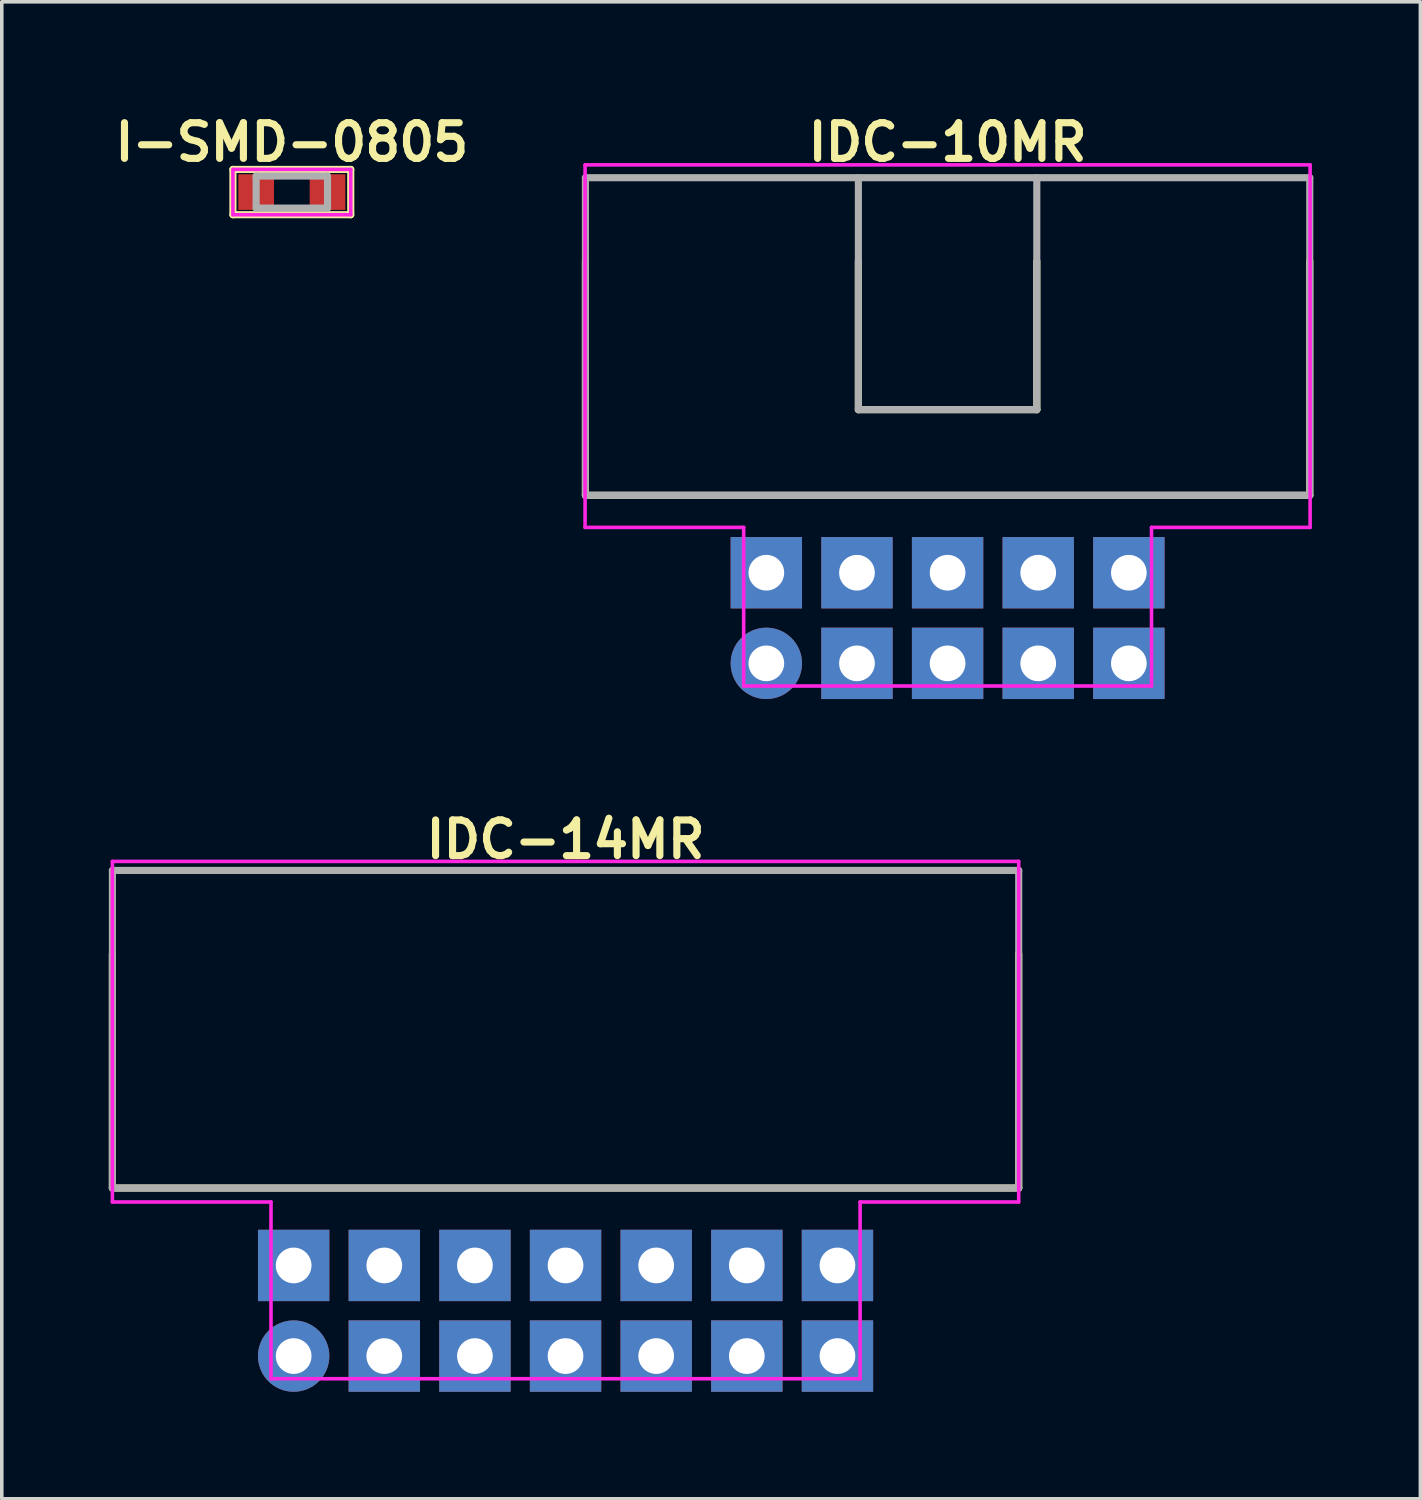
<source format=kicad_pcb>
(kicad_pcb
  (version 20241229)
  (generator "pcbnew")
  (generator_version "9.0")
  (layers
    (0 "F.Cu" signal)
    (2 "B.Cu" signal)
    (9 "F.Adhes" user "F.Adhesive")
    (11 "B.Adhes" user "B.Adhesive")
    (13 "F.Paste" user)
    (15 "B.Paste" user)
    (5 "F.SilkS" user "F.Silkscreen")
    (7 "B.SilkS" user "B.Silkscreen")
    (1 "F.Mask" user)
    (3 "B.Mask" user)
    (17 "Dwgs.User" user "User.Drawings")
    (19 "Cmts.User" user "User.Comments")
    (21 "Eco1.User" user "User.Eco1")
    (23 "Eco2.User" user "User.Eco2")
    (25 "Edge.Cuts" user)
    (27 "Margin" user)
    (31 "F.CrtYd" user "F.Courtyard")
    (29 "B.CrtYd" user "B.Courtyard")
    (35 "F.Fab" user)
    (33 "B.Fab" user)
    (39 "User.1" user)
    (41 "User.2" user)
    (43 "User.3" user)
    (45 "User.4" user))
  (footprint "IDC-10MR"
    (layer "F.Cu")
    (at 23.507 14.271)
    (property "Reference" "IDC-10MR" (at 0 -13.335 0) (layer "F.SilkS") (effects (font (size 1 1) (thickness 0.2))))
    (attr through_hole)
    (fp_line (start -10.15 -10) (end -10.15 -3.44) (stroke (width 0.2) (type solid)) (layer "F.SilkS"))
    (fp_line (start -10.15 -3.44) (end 10.15 -3.44) (stroke (width 0.2) (type solid)) (layer "F.SilkS"))
    (fp_line (start -2.5 -10) (end -2.5 -5.84) (stroke (width 0.2) (type solid)) (layer "F.SilkS"))
    (fp_line (start -2.5 -5.84) (end 2.5 -5.84) (stroke (width 0.2) (type solid)) (layer "F.SilkS"))
    (fp_line (start 2.5 -10) (end 2.5 -5.84) (stroke (width 0.2) (type solid)) (layer "F.SilkS"))
    (fp_line (start 10.15 -10) (end 10.15 -3.44) (stroke (width 0.2) (type solid)) (layer "F.SilkS"))
    (fp_line (start -10.16 -12.7) (end -10.16 -2.54) (stroke (width 0.1) (type solid)) (layer "F.CrtYd"))
    (fp_line (start -10.16 -12.7) (end 10.16 -12.7) (stroke (width 0.1) (type solid)) (layer "F.CrtYd"))
    (fp_line (start -10.16 -2.54) (end -5.715 -2.54) (stroke (width 0.1) (type solid)) (layer "F.CrtYd"))
    (fp_line (start -5.715 -2.54) (end -5.715 1.905) (stroke (width 0.1) (type solid)) (layer "F.CrtYd"))
    (fp_line (start -5.715 1.905) (end 5.715 1.905) (stroke (width 0.1) (type solid)) (layer "F.CrtYd"))
    (fp_line (start 5.715 -2.54) (end 5.715 1.905) (stroke (width 0.1) (type solid)) (layer "F.CrtYd"))
    (fp_line (start 5.715 -2.54) (end 10.16 -2.54) (stroke (width 0.1) (type solid)) (layer "F.CrtYd"))
    (fp_line (start 10.16 -12.7) (end 10.16 -2.54) (stroke (width 0.1) (type solid)) (layer "F.CrtYd"))
    (fp_line (start -10.15 -12.34) (end -10.15 -3.44) (stroke (width 0.2) (type solid)) (layer "F.Fab"))
    (fp_line (start -10.15 -12.34) (end 10.15 -12.34) (stroke (width 0.2) (type solid)) (layer "F.Fab"))
    (fp_line (start -10.15 -3.44) (end 10.15 -3.44) (stroke (width 0.2) (type solid)) (layer "F.Fab"))
    (fp_line (start -2.5 -12.34) (end -2.5 -5.84) (stroke (width 0.2) (type solid)) (layer "F.Fab"))
    (fp_line (start -2.5 -5.84) (end 2.5 -5.84) (stroke (width 0.2) (type solid)) (layer "F.Fab"))
    (fp_line (start 2.5 -12.34) (end 2.5 -5.84) (stroke (width 0.2) (type solid)) (layer "F.Fab"))
    (fp_line (start 10.15 -12.34) (end 10.15 -3.44) (stroke (width 0.2) (type solid)) (layer "F.Fab"))
    (pad "1" thru_hole circle (at -5.08 1.27) (size 2 2) (drill 1) (layers "B.Cu" "B.Mask"))
    (pad "2" thru_hole rect (at -5.08 -1.27) (size 2 2) (drill 1) (layers "B.Cu" "B.Mask"))
    (pad "3" thru_hole rect (at -2.54 1.27) (size 2 2) (drill 1) (layers "B.Cu" "B.Mask"))
    (pad "4" thru_hole rect (at -2.54 -1.27) (size 2 2) (drill 1) (layers "B.Cu" "B.Mask"))
    (pad "5" thru_hole rect (at 0 1.27) (size 2 2) (drill 1) (layers "B.Cu" "B.Mask"))
    (pad "6" thru_hole rect (at 0 -1.27) (size 2 2) (drill 1) (layers "B.Cu" "B.Mask"))
    (pad "7" thru_hole rect (at 2.54 1.27) (size 2 2) (drill 1) (layers "B.Cu" "B.Mask"))
    (pad "8" thru_hole rect (at 2.54 -1.27) (size 2 2) (drill 1) (layers "B.Cu" "B.Mask"))
    (pad "9" thru_hole rect (at 5.08 1.27) (size 2 2) (drill 1) (layers "B.Cu" "B.Mask"))
    (pad "10" thru_hole rect (at 5.08 -1.27) (size 2 2) (drill 1) (layers "B.Cu" "B.Mask")))
  (footprint "I-SMD-0805"
    (layer "F.Cu")
    (at 5.129 2.333)
    (property "Reference" "I-SMD-0805" (at 0 -1.397 0) (layer "F.SilkS") (effects (font (size 1 1) (thickness 0.2))))
    (attr through_hole)
    (fp_line (start -1.651 -0.635) (end 1.651 -0.635) (stroke (width 0.2) (type solid)) (layer "F.SilkS"))
    (fp_line (start -1.651 0.635) (end -1.651 -0.635) (stroke (width 0.2) (type solid)) (layer "F.SilkS"))
    (fp_line (start -1.651 0.635) (end 1.651 0.635) (stroke (width 0.2) (type solid)) (layer "F.SilkS"))
    (fp_line (start 1.651 -0.635) (end 1.651 0.635) (stroke (width 0.2) (type solid)) (layer "F.SilkS"))
    (fp_line (start -1.651 -0.635) (end 1.651 -0.635) (stroke (width 0.1) (type solid)) (layer "F.CrtYd"))
    (fp_line (start -1.651 0.635) (end -1.651 -0.635) (stroke (width 0.1) (type solid)) (layer "F.CrtYd"))
    (fp_line (start 1.651 -0.635) (end 1.651 0.635) (stroke (width 0.1) (type solid)) (layer "F.CrtYd"))
    (fp_line (start 1.651 0.635) (end -1.651 0.635) (stroke (width 0.1) (type solid)) (layer "F.CrtYd"))
    (fp_line (start -1 -0.45) (end -1 0.45) (stroke (width 0.2) (type solid)) (layer "F.Fab"))
    (fp_line (start -1 -0.45) (end 1 -0.45) (stroke (width 0.2) (type solid)) (layer "F.Fab"))
    (fp_line (start -1 0.45) (end 1 0.45) (stroke (width 0.2) (type solid)) (layer "F.Fab"))
    (fp_line (start 1 -0.45) (end 1 0.45) (stroke (width 0.2) (type solid)) (layer "F.Fab"))
    (pad "1" smd rect (at -1 0) (size 1 1) (layers "F.Cu" "F.Mask"))
    (pad "2" smd rect (at 1 0) (size 1 1) (layers "F.Cu" "F.Mask")))
  (footprint "IDC-14MR"
    (layer "F.Cu")
    (at 12.8 33.685)
    (property "Reference" "IDC-14MR" (at 0 -13.208 0) (layer "F.SilkS") (effects (font (size 1 1) (thickness 0.2))))
    (attr through_hole)
    (fp_line (start -12.7 -10) (end -12.7 -3.44) (stroke (width 0.2) (type solid)) (layer "F.SilkS"))
    (fp_line (start -12.7 -3.44) (end 12.7 -3.44) (stroke (width 0.2) (type solid)) (layer "F.SilkS"))
    (fp_line (start 12.7 -10) (end 12.7 -3.44) (stroke (width 0.2) (type solid)) (layer "F.SilkS"))
    (fp_line (start -12.7 -12.594) (end 12.7 -12.594) (stroke (width 0.1) (type solid)) (layer "F.CrtYd"))
    (fp_line (start -12.7 -3.048) (end -12.7 -12.594) (stroke (width 0.1) (type solid)) (layer "F.CrtYd"))
    (fp_line (start -8.255 -3.048) (end -12.7 -3.048) (stroke (width 0.1) (type solid)) (layer "F.CrtYd"))
    (fp_line (start -8.255 1.905) (end -8.255 -3.048) (stroke (width 0.1) (type solid)) (layer "F.CrtYd"))
    (fp_line (start 8.255 -3.048) (end 8.255 1.905) (stroke (width 0.1) (type solid)) (layer "F.CrtYd"))
    (fp_line (start 8.255 1.905) (end -8.255 1.905) (stroke (width 0.1) (type solid)) (layer "F.CrtYd"))
    (fp_line (start 12.7 -12.594) (end 12.7 -3.048) (stroke (width 0.1) (type solid)) (layer "F.CrtYd"))
    (fp_line (start 12.7 -3.048) (end 8.255 -3.048) (stroke (width 0.1) (type solid)) (layer "F.CrtYd"))
    (fp_line (start -12.7 -12.34) (end -12.7 -3.44) (stroke (width 0.2) (type solid)) (layer "F.Fab"))
    (fp_line (start -12.7 -12.34) (end 12.7 -12.34) (stroke (width 0.2) (type solid)) (layer "F.Fab"))
    (fp_line (start -12.7 -3.44) (end 12.7 -3.44) (stroke (width 0.2) (type solid)) (layer "F.Fab"))
    (fp_line (start 12.7 -12.34) (end 12.7 -3.44) (stroke (width 0.2) (type solid)) (layer "F.Fab"))
    (pad "1" thru_hole circle (at -7.62 1.27) (size 2 2) (drill 1) (layers "*.Mask" "B.Cu"))
    (pad "2" thru_hole rect (at -7.62 -1.27) (size 2 2) (drill 1) (layers "*.Mask" "B.Cu"))
    (pad "3" thru_hole rect (at -5.08 1.27) (size 2 2) (drill 1) (layers "*.Mask" "B.Cu"))
    (pad "4" thru_hole rect (at -5.08 -1.27) (size 2 2) (drill 1) (layers "*.Mask" "B.Cu"))
    (pad "5" thru_hole rect (at -2.54 1.27) (size 2 2) (drill 1) (layers "*.Mask" "B.Cu"))
    (pad "6" thru_hole rect (at -2.54 -1.27) (size 2 2) (drill 1) (layers "*.Mask" "B.Cu"))
    (pad "7" thru_hole rect (at 0 1.27) (size 2 2) (drill 1) (layers "*.Mask" "B.Cu"))
    (pad "8" thru_hole rect (at 0 -1.27) (size 2 2) (drill 1) (layers "*.Mask" "B.Cu"))
    (pad "9" thru_hole rect (at 2.54 1.27) (size 2 2) (drill 1) (layers "*.Mask" "B.Cu"))
    (pad "10" thru_hole rect (at 2.54 -1.27) (size 2 2) (drill 1) (layers "*.Mask" "B.Cu"))
    (pad "11" thru_hole rect (at 5.08 1.27) (size 2 2) (drill 1) (layers "*.Mask" "B.Cu"))
    (pad "12" thru_hole rect (at 5.08 -1.27) (size 2 2) (drill 1) (layers "*.Mask" "B.Cu"))
    (pad "13" thru_hole rect (at 7.62 1.27) (size 2 2) (drill 1) (layers "*.Mask" "B.Cu"))
    (pad "14" thru_hole rect (at 7.62 -1.27) (size 2 2) (drill 1) (layers "*.Mask" "B.Cu")))
  (gr_rect
    (start -3 -3)
    (end 36.757 38.955)
    (stroke (width 0.1) (type default))
    (fill no)
    (layer "Edge.Cuts")))
</source>
